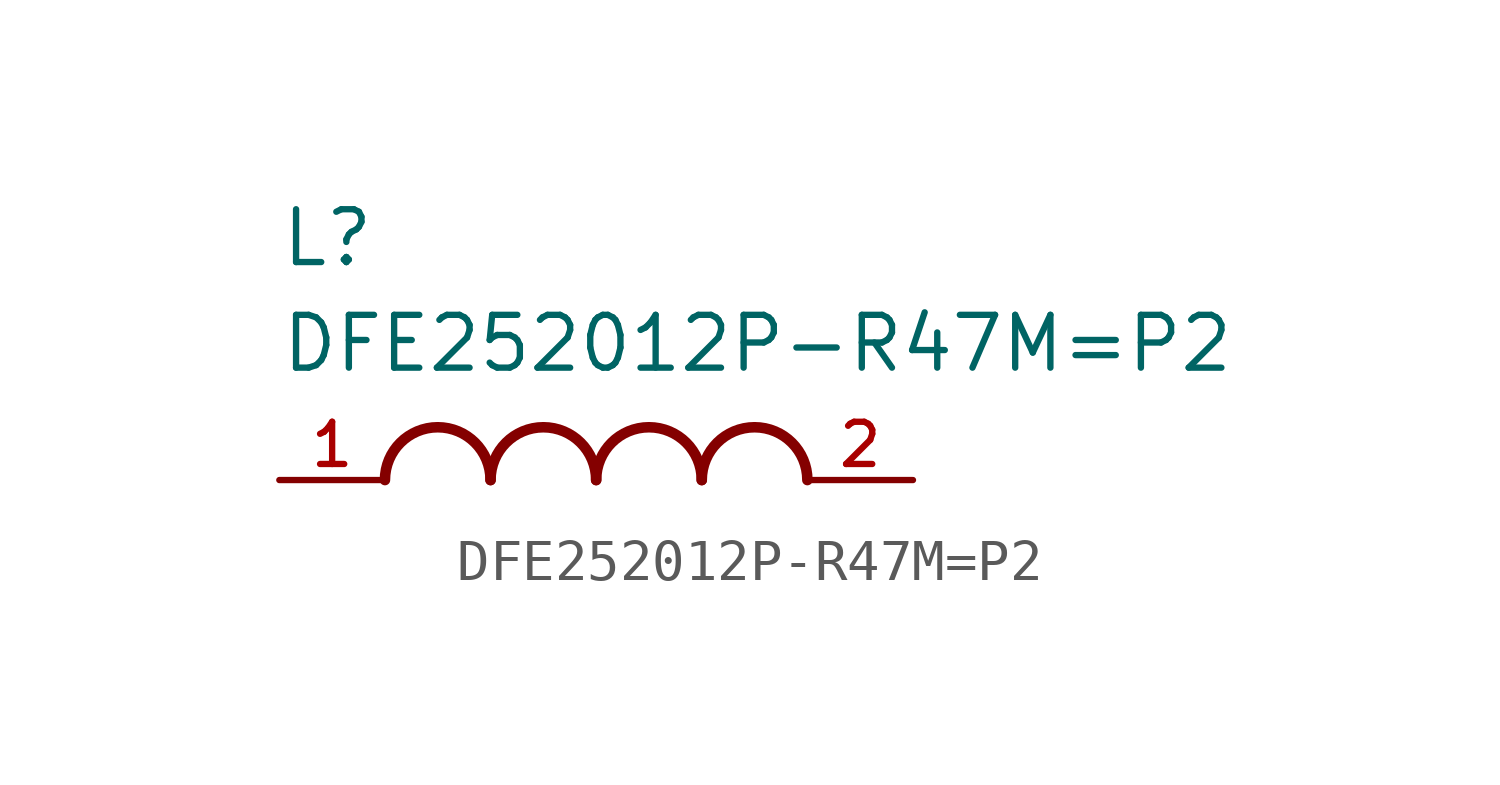
<source format=kicad_sym>
(kicad_symbol_lib
  (version 20211014)
  (generator kicad_symbol_editor)
  (symbol "DFE252012P-R47M=P2"
    (pin_names
      (offset 1.016))
    (property "Reference" "L"
      (at -7.62 5.08 0)
      (effects (font (size 1.27 1.27)) (justify bottom left)))
    (property "Value" "DFE252012P-R47M=P2"
      (at -7.62 2.54 0)
      (effects (font (size 1.27 1.27)) (justify bottom left)))
    (symbol "DFE252012P-R47M=P2_0_0"
      (arc (start -2.54 0.0) (mid -3.81 1.27) (end -5.08 0.0) (stroke (width 0.254) (type default) (color 0 0 0 0)) (fill (type none)))
      (arc (start 0.0 0.0) (mid -1.27 1.27) (end -2.54 0.0) (stroke (width 0.254) (type default) (color 0 0 0 0)) (fill (type none)))
      (arc (start 2.54 0.0) (mid 1.27 1.27) (end 0.0 0.0) (stroke (width 0.254) (type default) (color 0 0 0 0)) (fill (type none)))
      (arc (start 5.08 0.0) (mid 3.81 1.27) (end 2.54 0.0) (stroke (width 0.254) (type default) (color 0 0 0 0)) (fill (type none)))
      (pin passive line (at -7.62 0.0 0) (length 2.54) (name "~" (effects (font (size 1.016 1.016)))) (number "1" (effects (font (size 1.016 1.016)))))
      (pin passive line (at 7.62 0.0 180.0) (length 2.54) (name "~" (effects (font (size 1.016 1.016)))) (number "2" (effects (font (size 1.016 1.016))))))))
</source>
